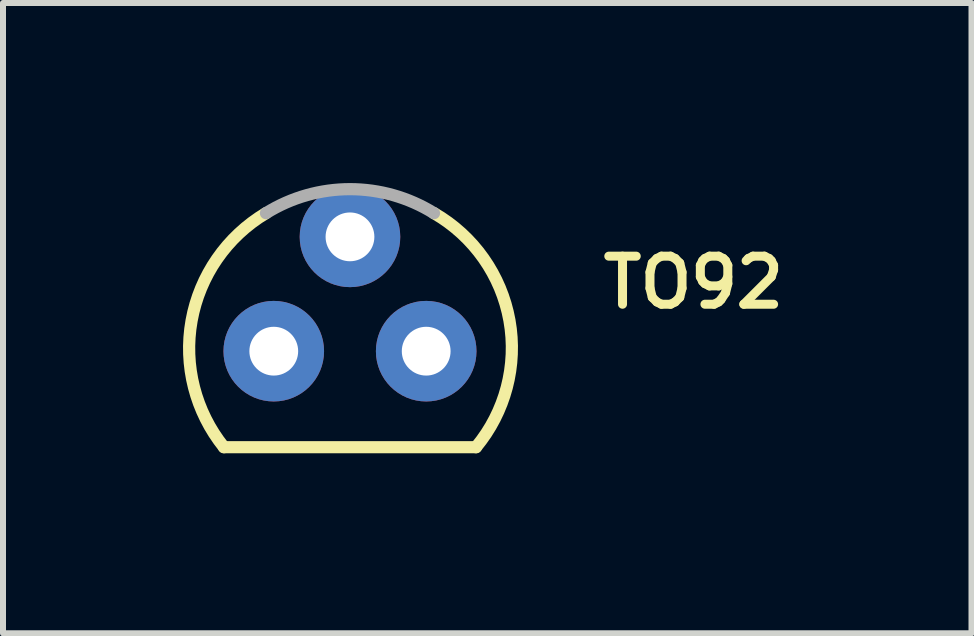
<source format=kicad_pcb>
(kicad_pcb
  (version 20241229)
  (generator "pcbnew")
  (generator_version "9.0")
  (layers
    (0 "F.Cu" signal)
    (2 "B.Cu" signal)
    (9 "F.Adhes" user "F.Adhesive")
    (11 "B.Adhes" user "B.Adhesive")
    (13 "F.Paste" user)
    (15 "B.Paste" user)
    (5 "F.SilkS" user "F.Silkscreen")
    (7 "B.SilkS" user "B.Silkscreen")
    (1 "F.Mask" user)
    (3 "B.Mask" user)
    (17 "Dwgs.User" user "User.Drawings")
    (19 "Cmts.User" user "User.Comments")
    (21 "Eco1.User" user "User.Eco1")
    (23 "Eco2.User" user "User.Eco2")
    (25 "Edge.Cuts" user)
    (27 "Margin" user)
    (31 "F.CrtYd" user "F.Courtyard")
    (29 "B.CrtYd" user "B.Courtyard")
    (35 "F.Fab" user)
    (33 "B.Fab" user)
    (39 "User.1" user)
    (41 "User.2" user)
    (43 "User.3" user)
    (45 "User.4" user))
  (footprint "TO92"
    (layer "F.Cu")
    (at 2.782 2.802)
    (property "Reference" "TO92" (at 5.724 -1.145 0) (layer "F.SilkS") (effects (font (size 0.801 0.801) (thickness 0.15))))
    (attr through_hole)
    (fp_line (start -2.1 1.6) (end 2.1 1.6) (stroke (width 0.203) (type solid)) (layer "F.SilkS"))
    (fp_arc (start -2.1 1.6) (mid -2.639254 -0.50961) (end -1.4 -2.3) (stroke (width 0.2032) (type solid)) (layer "F.SilkS"))
    (fp_arc (start 1.4 -2.3) (mid 2.657213 -0.512833) (end 2.1 1.6) (stroke (width 0.2032) (type solid)) (layer "F.SilkS"))
    (fp_arc (start -1.4 -2.3) (mid 0 -2.7) (end 1.4 -2.3) (stroke (width 0.2032) (type solid)) (layer "F.Fab"))
    (pad "1" thru_hole circle (at 1.27 0) (size 1.676 1.676) (drill 0.813) (layers "*.Cu" "*.Mask"))
    (pad "2" thru_hole circle (at 0 -1.905) (size 1.676 1.676) (drill 0.813) (layers "*.Cu" "*.Mask"))
    (pad "3" thru_hole circle (at -1.27 0) (size 1.676 1.676) (drill 0.813) (layers "*.Cu" "*.Mask")))
  (gr_rect
    (start -3 -3)
    (end 13.139 7.503)
    (stroke (width 0.1) (type default))
    (fill no)
    (layer "Edge.Cuts")))
</source>
